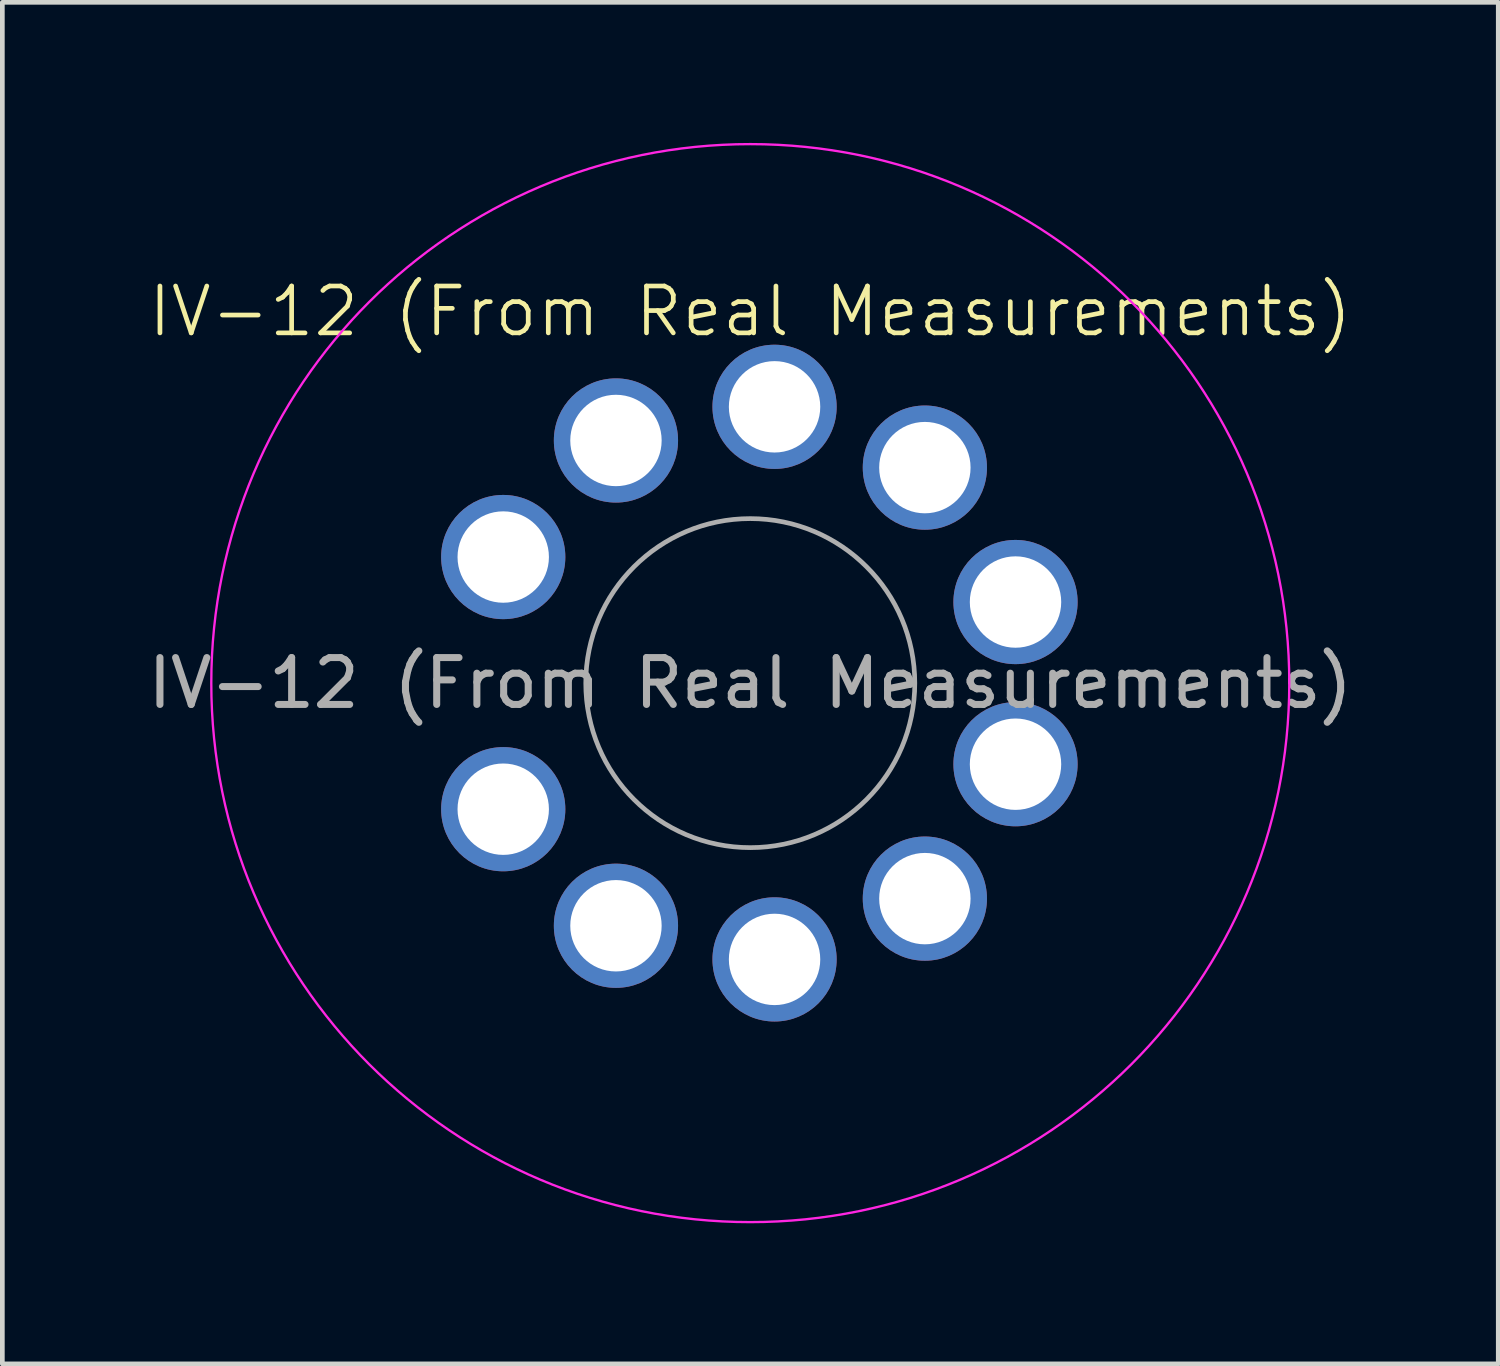
<source format=kicad_pcb>
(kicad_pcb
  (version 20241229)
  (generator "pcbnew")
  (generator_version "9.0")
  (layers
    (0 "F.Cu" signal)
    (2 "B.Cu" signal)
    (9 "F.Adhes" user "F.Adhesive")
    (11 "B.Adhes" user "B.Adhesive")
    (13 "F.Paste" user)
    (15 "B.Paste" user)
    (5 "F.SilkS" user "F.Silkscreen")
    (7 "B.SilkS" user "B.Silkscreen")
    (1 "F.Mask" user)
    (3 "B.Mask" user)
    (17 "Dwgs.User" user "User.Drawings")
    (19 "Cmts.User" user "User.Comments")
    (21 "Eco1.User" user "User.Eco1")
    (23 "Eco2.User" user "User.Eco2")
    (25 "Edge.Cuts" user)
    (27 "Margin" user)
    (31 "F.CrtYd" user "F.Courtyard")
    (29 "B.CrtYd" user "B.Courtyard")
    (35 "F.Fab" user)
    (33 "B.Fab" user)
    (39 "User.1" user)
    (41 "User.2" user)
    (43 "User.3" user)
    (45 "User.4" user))
  (footprint "IV-12 (From Real Measurements)"
    (layer "F.Cu")
    (at 12.958 11.525)
    (property "Reference" "IV-12 (From Real Measurements)" (at 0 -7.93 0) (unlocked yes) (layer "F.SilkS") (effects (font (size 1 1) (thickness 0.1))))
    (attr smd)
    (fp_circle (center -5.271 -2.69) (end -4.771 -2.69) (stroke (width 0.05) (type solid)) (fill no) (layer "Dwgs.User"))
    (fp_circle (center -5.271 2.69) (end -4.771 2.69) (stroke (width 0.05) (type solid)) (fill no) (layer "Dwgs.User"))
    (fp_circle (center -2.866 -5.177) (end -2.366 -5.177) (stroke (width 0.05) (type solid)) (fill no) (layer "Dwgs.User"))
    (fp_circle (center -2.866 5.177) (end -2.366 5.177) (stroke (width 0.05) (type solid)) (fill no) (layer "Dwgs.User"))
    (fp_circle (center 0.518 -5.895) (end 1.018 -5.895) (stroke (width 0.05) (type solid)) (fill no) (layer "Dwgs.User"))
    (fp_circle (center 0.518 5.895) (end 1.018 5.895) (stroke (width 0.05) (type solid)) (fill no) (layer "Dwgs.User"))
    (fp_circle (center 3.725 -4.598) (end 4.225 -4.598) (stroke (width 0.05) (type solid)) (fill no) (layer "Dwgs.User"))
    (fp_circle (center 3.725 4.598) (end 4.225 4.598) (stroke (width 0.05) (type solid)) (fill no) (layer "Dwgs.User"))
    (fp_circle (center 5.659 -1.73) (end 6.159 -1.73) (stroke (width 0.05) (type solid)) (fill no) (layer "Dwgs.User"))
    (fp_circle (center 5.659 1.73) (end 6.159 1.73) (stroke (width 0.05) (type solid)) (fill no) (layer "Dwgs.User"))
    (fp_circle (center 0 0) (end -11.5 -0.03) (stroke (width 0.05) (type default)) (fill no) (layer "F.CrtYd"))
    (fp_circle (center 0 0) (end -3.51 0.01) (stroke (width 0.1) (type default)) (fill no) (layer "F.Fab"))
    (fp_text user "${REFERENCE}" (at 0 0 0) (unlocked yes) (layer "F.Fab") (effects (font (size 1 1) (thickness 0.15))))
    (pad "1" thru_hole circle (at -5.271 2.69) (size 2.65 2.65) (drill 1.95) (layers "*.Cu" "*.Mask"))
    (pad "2" thru_hole circle (at -2.866 5.177) (size 2.65 2.65) (drill 1.95) (layers "*.Cu" "*.Mask"))
    (pad "3" thru_hole circle (at 0.518 5.895) (size 2.65 2.65) (drill 1.95) (layers "*.Cu" "*.Mask"))
    (pad "4" thru_hole circle (at 3.725 4.598) (size 2.65 2.65) (drill 1.95) (layers "*.Cu" "*.Mask"))
    (pad "5" thru_hole circle (at 5.659 1.73) (size 2.65 2.65) (drill 1.95) (layers "*.Cu" "*.Mask"))
    (pad "6" thru_hole circle (at 5.659 -1.73) (size 2.65 2.65) (drill 1.95) (layers "*.Cu" "*.Mask"))
    (pad "7" thru_hole circle (at 3.725 -4.598) (size 2.65 2.65) (drill 1.95) (layers "*.Cu" "*.Mask"))
    (pad "8" thru_hole circle (at 0.518 -5.895) (size 2.65 2.65) (drill 1.95) (layers "*.Cu" "*.Mask"))
    (pad "9" thru_hole circle (at -2.866 -5.177) (size 2.65 2.65) (drill 1.95) (layers "*.Cu" "*.Mask"))
    (pad "10" thru_hole circle (at -5.271 -2.69) (size 2.65 2.65) (drill 1.95) (layers "*.Cu" "*.Mask")))
  (gr_rect
    (start -3 -3)
    (end 28.917 26.05)
    (stroke (width 0.1) (type default))
    (fill no)
    (layer "Edge.Cuts")))
</source>
